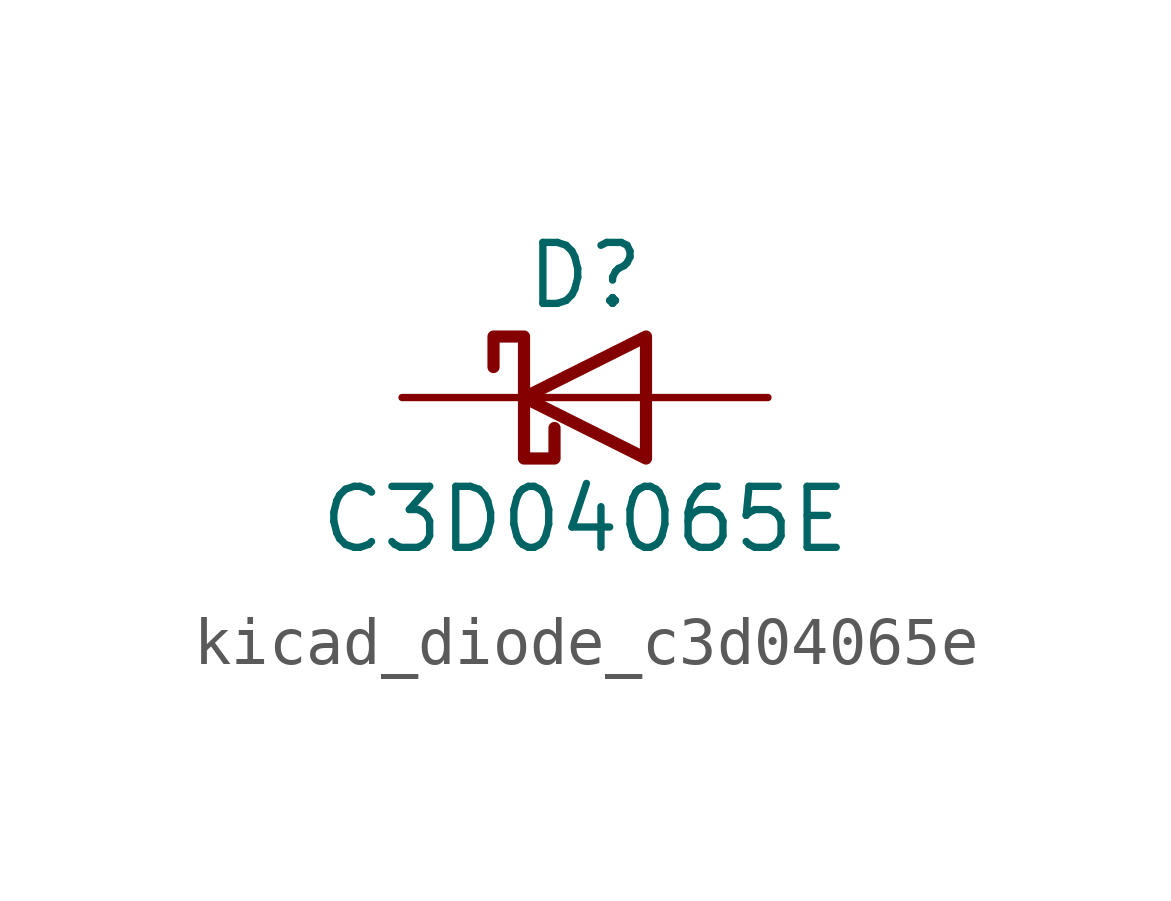
<source format=kicad_sym>
(kicad_symbol_lib
  (version 20220914)
  (generator kicad_symbol_editor)
  (symbol "kicad_diode_c3d04065e"
    (pin_numbers hide)
    (pin_names
      (offset 1.016) hide)
    (property "Reference" "D"
      (at 0 2.54 0)
      (effects (font (size 1.27 1.27))))
    (property "Value" "C3D04065E"
      (at 0 -2.54 0)
      (effects (font (size 1.27 1.27))))
    (symbol "kicad_diode_c3d04065e_0_1"
      (polyline (pts (xy 1.27 0) (xy -1.27 0)) (stroke (width 0) (type default)) (fill (type none)))
      (polyline (pts (xy 1.27 1.27) (xy 1.27 -1.27) (xy -1.27 0) (xy 1.27 1.27)) (stroke (width 0.254) (type default)) (fill (type none)))
      (polyline (pts (xy -1.905 0.635) (xy -1.905 1.27) (xy -1.27 1.27) (xy -1.27 -1.27) (xy -0.635 -1.27) (xy -0.635 -0.635)) (stroke (width 0.254) (type default)) (fill (type none))))
    (symbol "kicad_diode_c3d04065e_1_1"
      (pin passive line (at -3.81 0 0) (length 2.54) (name "K" (effects (font (size 1.27 1.27)))) (number "1" (effects (font (size 1.27 1.27)))))
      (pin passive line (at 3.81 0 180) (length 2.54) (name "A" (effects (font (size 1.27 1.27)))) (number "2" (effects (font (size 1.27 1.27))))))))
</source>
